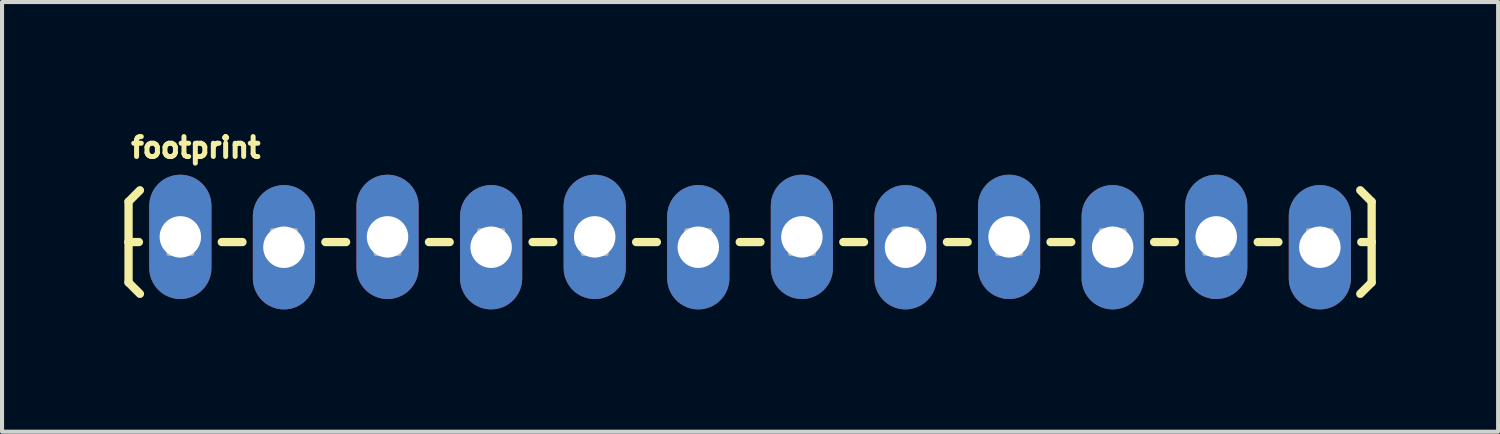
<source format=kicad_pcb>
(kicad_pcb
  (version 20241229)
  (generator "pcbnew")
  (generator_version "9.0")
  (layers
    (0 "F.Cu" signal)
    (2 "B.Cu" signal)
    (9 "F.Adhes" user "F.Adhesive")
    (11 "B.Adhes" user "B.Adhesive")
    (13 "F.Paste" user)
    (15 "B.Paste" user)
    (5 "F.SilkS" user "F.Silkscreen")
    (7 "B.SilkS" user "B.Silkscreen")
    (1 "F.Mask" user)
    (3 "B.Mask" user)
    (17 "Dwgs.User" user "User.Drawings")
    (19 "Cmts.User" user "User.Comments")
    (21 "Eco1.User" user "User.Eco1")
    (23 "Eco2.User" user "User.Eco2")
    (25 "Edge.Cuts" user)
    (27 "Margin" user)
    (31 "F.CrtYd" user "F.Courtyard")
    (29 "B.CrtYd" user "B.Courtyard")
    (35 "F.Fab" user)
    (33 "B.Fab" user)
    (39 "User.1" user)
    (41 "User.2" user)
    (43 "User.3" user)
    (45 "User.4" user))
  (footprint "footprint"
    (layer "F.Cu")
    (at 1.372 2.885)
    (property "Reference" "footprint" (at -1.27 -2.032 0) (layer "F.SilkS") (effects (font (size 0.488 0.488) (thickness 0.122)) (justify left bottom)))
    (fp_line (start -1.27 -0.991) (end -0.991 -1.27) (stroke (width 0.203) (type solid)) (layer "F.SilkS"))
    (fp_line (start -1.27 0) (end -1.27 -0.991) (stroke (width 0.203) (type solid)) (layer "F.SilkS"))
    (fp_line (start -1.27 0) (end -1.27 0.991) (stroke (width 0.203) (type solid)) (layer "F.SilkS"))
    (fp_line (start -1.27 0) (end -1.016 0) (stroke (width 0.203) (type solid)) (layer "F.SilkS"))
    (fp_line (start -1.27 0.991) (end -0.991 1.27) (stroke (width 0.203) (type solid)) (layer "F.SilkS"))
    (fp_line (start 1.524 0) (end 1.016 0) (stroke (width 0.203) (type solid)) (layer "F.SilkS"))
    (fp_line (start 4.064 0) (end 3.556 0) (stroke (width 0.203) (type solid)) (layer "F.SilkS"))
    (fp_line (start 6.604 0) (end 6.096 0) (stroke (width 0.203) (type solid)) (layer "F.SilkS"))
    (fp_line (start 9.144 0) (end 8.636 0) (stroke (width 0.203) (type solid)) (layer "F.SilkS"))
    (fp_line (start 11.684 0) (end 11.176 0) (stroke (width 0.203) (type solid)) (layer "F.SilkS"))
    (fp_line (start 14.224 0) (end 13.716 0) (stroke (width 0.203) (type solid)) (layer "F.SilkS"))
    (fp_line (start 16.764 0) (end 16.256 0) (stroke (width 0.203) (type solid)) (layer "F.SilkS"))
    (fp_line (start 19.304 0) (end 18.796 0) (stroke (width 0.203) (type solid)) (layer "F.SilkS"))
    (fp_line (start 21.844 0) (end 21.336 0) (stroke (width 0.203) (type solid)) (layer "F.SilkS"))
    (fp_line (start 24.384 0) (end 23.876 0) (stroke (width 0.203) (type solid)) (layer "F.SilkS"))
    (fp_line (start 26.924 0) (end 26.416 0) (stroke (width 0.203) (type solid)) (layer "F.SilkS"))
    (fp_line (start 29.21 -0.991) (end 28.931 -1.27) (stroke (width 0.203) (type solid)) (layer "F.SilkS"))
    (fp_line (start 29.21 0) (end 28.956 0) (stroke (width 0.203) (type solid)) (layer "F.SilkS"))
    (fp_line (start 29.21 0) (end 29.21 -0.991) (stroke (width 0.203) (type solid)) (layer "F.SilkS"))
    (fp_line (start 29.21 0) (end 29.21 0.991) (stroke (width 0.203) (type solid)) (layer "F.SilkS"))
    (fp_line (start 29.21 0.991) (end 28.931 1.27) (stroke (width 0.203) (type solid)) (layer "F.SilkS"))
    (fp_poly (pts (xy -0.292 0.292) (xy 0.292 0.292) (xy 0.292 -0.292) (xy -0.292 -0.292)) (stroke (width 0.1) (type solid)) (fill no) (layer "F.Fab"))
    (fp_poly (pts (xy 2.248 0.292) (xy 2.832 0.292) (xy 2.832 -0.292) (xy 2.248 -0.292)) (stroke (width 0.1) (type solid)) (fill no) (layer "F.Fab"))
    (fp_poly (pts (xy 4.788 0.292) (xy 5.372 0.292) (xy 5.372 -0.292) (xy 4.788 -0.292)) (stroke (width 0.1) (type solid)) (fill no) (layer "F.Fab"))
    (fp_poly (pts (xy 7.912 0.292) (xy 7.912 -0.292) (xy 7.328 -0.292) (xy 7.328 0.292)) (stroke (width 0.1) (type solid)) (fill no) (layer "F.Fab"))
    (fp_poly (pts (xy 9.868 0.292) (xy 10.452 0.292) (xy 10.452 -0.292) (xy 9.868 -0.292)) (stroke (width 0.1) (type solid)) (fill no) (layer "F.Fab"))
    (fp_poly (pts (xy 12.408 0.292) (xy 12.992 0.292) (xy 12.992 -0.292) (xy 12.408 -0.292)) (stroke (width 0.1) (type solid)) (fill no) (layer "F.Fab"))
    (fp_poly (pts (xy 14.948 0.292) (xy 15.532 0.292) (xy 15.532 -0.292) (xy 14.948 -0.292)) (stroke (width 0.1) (type solid)) (fill no) (layer "F.Fab"))
    (fp_poly (pts (xy 17.488 0.292) (xy 18.072 0.292) (xy 18.072 -0.292) (xy 17.488 -0.292)) (stroke (width 0.1) (type solid)) (fill no) (layer "F.Fab"))
    (fp_poly (pts (xy 20.028 0.292) (xy 20.612 0.292) (xy 20.612 -0.292) (xy 20.028 -0.292)) (stroke (width 0.1) (type solid)) (fill no) (layer "F.Fab"))
    (fp_poly (pts (xy 23.152 0.292) (xy 23.152 -0.292) (xy 22.568 -0.292) (xy 22.568 0.292)) (stroke (width 0.1) (type solid)) (fill no) (layer "F.Fab"))
    (fp_poly (pts (xy 25.108 0.292) (xy 25.692 0.292) (xy 25.692 -0.292) (xy 25.108 -0.292)) (stroke (width 0.1) (type solid)) (fill no) (layer "F.Fab"))
    (fp_poly (pts (xy 27.648 0.292) (xy 28.232 0.292) (xy 28.232 -0.292) (xy 27.648 -0.292)) (stroke (width 0.1) (type solid)) (fill no) (layer "F.Fab"))
    (pad "1" thru_hole oval (at 0 -0.127 90) (size 3.048 1.524) (drill 1.016) (layers "*.Cu" "*.Mask"))
    (pad "2" thru_hole oval (at 2.54 0.127 90) (size 3.048 1.524) (drill 1.016) (layers "*.Cu" "*.Mask"))
    (pad "3" thru_hole oval (at 5.08 -0.127 90) (size 3.048 1.524) (drill 1.016) (layers "*.Cu" "*.Mask"))
    (pad "4" thru_hole oval (at 7.62 0.127 90) (size 3.048 1.524) (drill 1.016) (layers "*.Cu" "*.Mask"))
    (pad "5" thru_hole oval (at 10.16 -0.127 90) (size 3.048 1.524) (drill 1.016) (layers "*.Cu" "*.Mask"))
    (pad "6" thru_hole oval (at 12.7 0.127 90) (size 3.048 1.524) (drill 1.016) (layers "*.Cu" "*.Mask"))
    (pad "7" thru_hole oval (at 15.24 -0.127 90) (size 3.048 1.524) (drill 1.016) (layers "*.Cu" "*.Mask"))
    (pad "8" thru_hole oval (at 17.78 0.127 90) (size 3.048 1.524) (drill 1.016) (layers "*.Cu" "*.Mask"))
    (pad "9" thru_hole oval (at 20.32 -0.127 90) (size 3.048 1.524) (drill 1.016) (layers "*.Cu" "*.Mask"))
    (pad "10" thru_hole oval (at 22.86 0.127 90) (size 3.048 1.524) (drill 1.016) (layers "*.Cu" "*.Mask"))
    (pad "11" thru_hole oval (at 25.4 -0.127 90) (size 3.048 1.524) (drill 1.016) (layers "*.Cu" "*.Mask"))
    (pad "12" thru_hole oval (at 27.94 0.127 90) (size 3.048 1.524) (drill 1.016) (layers "*.Cu" "*.Mask")))
  (gr_rect
    (start -3 -3)
    (end 33.683 7.536)
    (stroke (width 0.1) (type default))
    (fill no)
    (layer "Edge.Cuts")))
</source>
